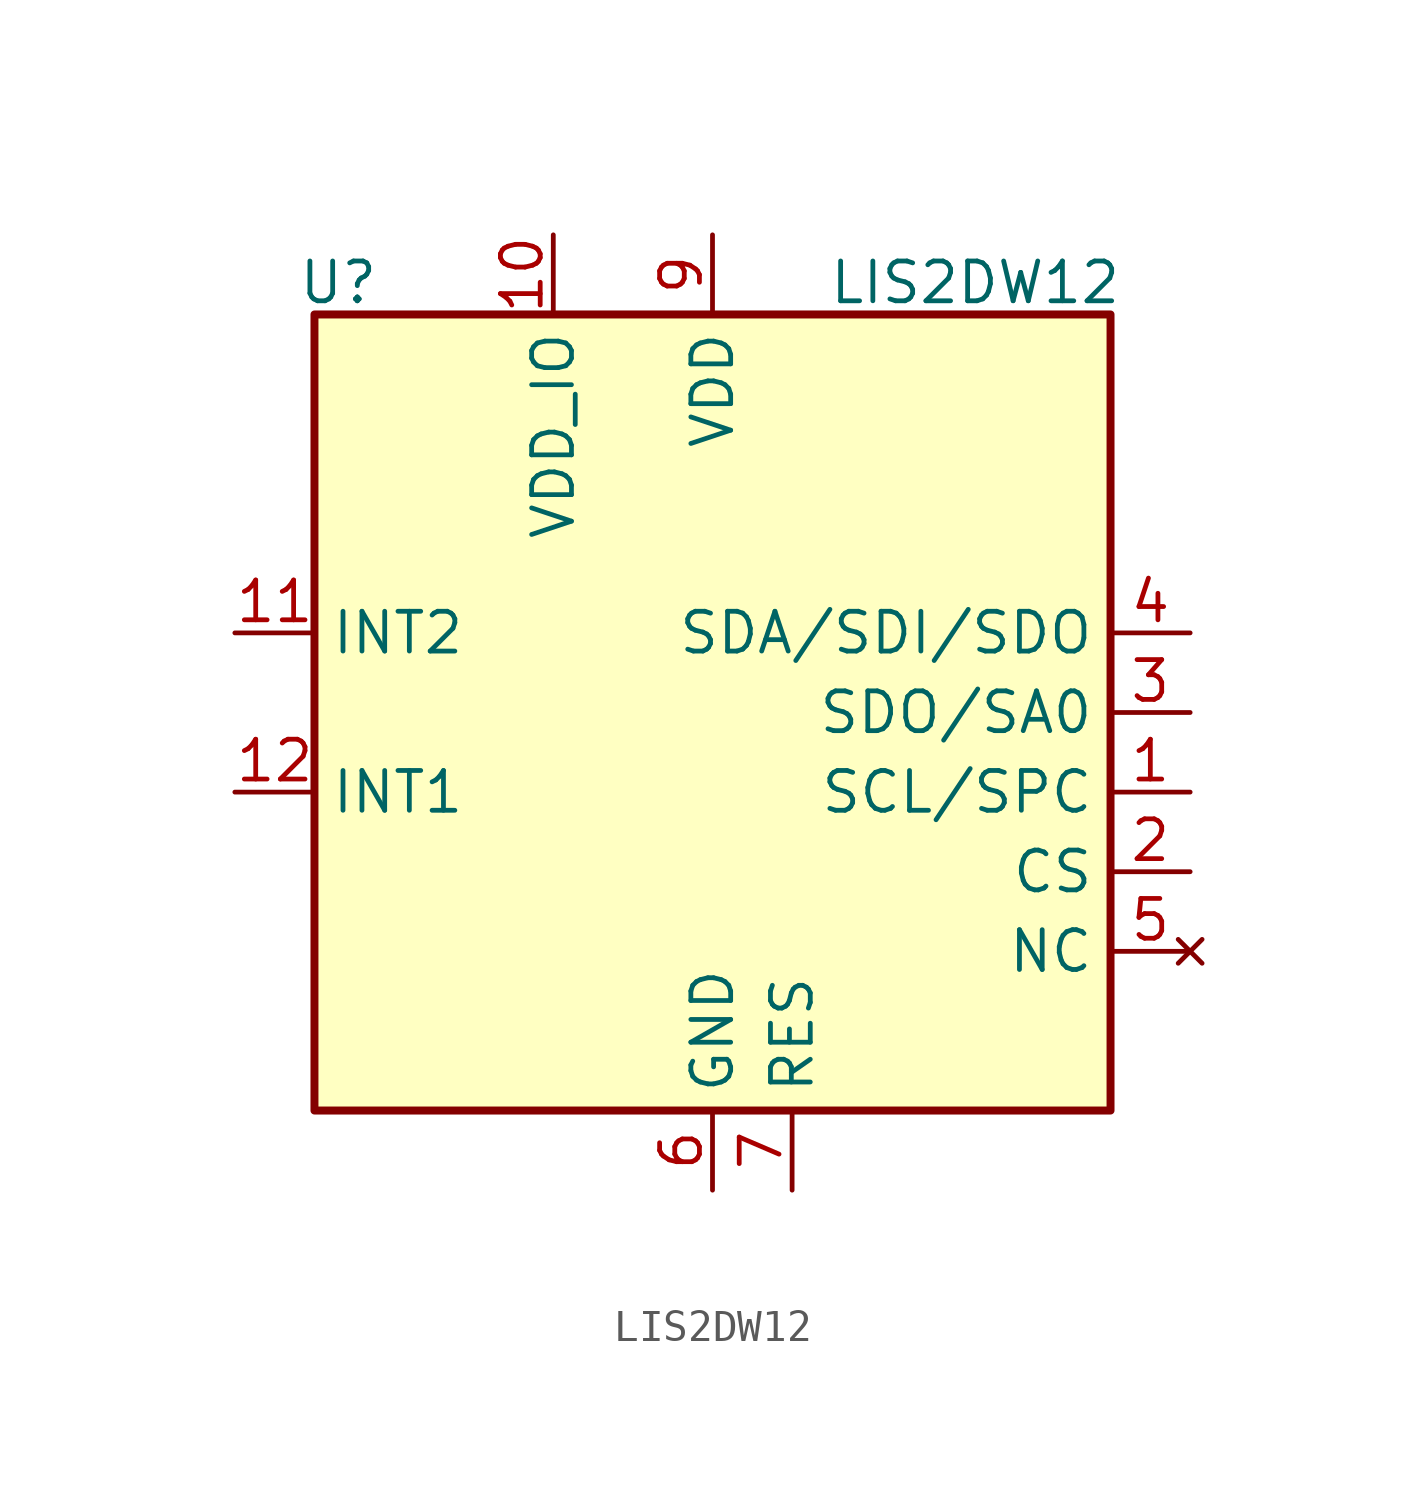
<source format=kicad_sym>
(kicad_symbol_lib
  (version 20231120)
  (generator "kicad_symbol_editor")
  (generator_version "8.0")
  (symbol "LIS2DW12"
    (property "Reference" "U"
      (at -11.938 13.716 0)
      (effects (font (size 1.27 1.27))))
    (property "Value" "LIS2DW12"
      (at 8.382 13.716 0)
      (effects (font (size 1.27 1.27))))
    (symbol "LIS2DW12_1_1"
      (rectangle (start -12.7 12.7) (end 12.7 -12.7) (stroke (width 0.254) (type default)) (fill (type background)))
      (pin input line (at 15.24 -2.54 180) (length 2.54) (name "SCL/SPC" (effects (font (size 1.27 1.27)))) (number "1" (effects (font (size 1.27 1.27)))))
      (pin power_in line (at -5.08 15.24 270) (length 2.54) (name "VDD_IO" (effects (font (size 1.27 1.27)))) (number "10" (effects (font (size 1.27 1.27)))))
      (pin output line (at -15.24 2.54 0) (length 2.54) (name "INT2" (effects (font (size 1.27 1.27)))) (number "11" (effects (font (size 1.27 1.27)))))
      (pin output line (at -15.24 -2.54 0) (length 2.54) (name "INT1" (effects (font (size 1.27 1.27)))) (number "12" (effects (font (size 1.27 1.27)))))
      (pin input line (at 15.24 -5.08 180) (length 2.54) (name "CS" (effects (font (size 1.27 1.27)))) (number "2" (effects (font (size 1.27 1.27)))))
      (pin bidirectional line (at 15.24 0 180) (length 2.54) (name "SDO/SA0" (effects (font (size 1.27 1.27)))) (number "3" (effects (font (size 1.27 1.27)))))
      (pin bidirectional line (at 15.24 2.54 180) (length 2.54) (name "SDA/SDI/SDO" (effects (font (size 1.27 1.27)))) (number "4" (effects (font (size 1.27 1.27)))))
      (pin no_connect line (at 15.24 -7.62 180) (length 2.54) (name "NC" (effects (font (size 1.27 1.27)))) (number "5" (effects (font (size 1.27 1.27)))))
      (pin power_in line (at 0 -15.24 90) (length 2.54) (name "GND" (effects (font (size 1.27 1.27)))) (number "6" (effects (font (size 1.27 1.27)))))
      (pin power_in line (at 2.54 -15.24 90) (length 2.54) (name "RES" (effects (font (size 1.27 1.27)))) (number "7" (effects (font (size 1.27 1.27)))))
      (pin power_in line (at 0 -15.24 90) (length 2.54) hide (name "GND" (effects (font (size 1.27 1.27)))) (number "8" (effects (font (size 1.27 1.27)))))
      (pin power_in line (at 0 15.24 270) (length 2.54) (name "VDD" (effects (font (size 1.27 1.27)))) (number "9" (effects (font (size 1.27 1.27))))))))
</source>
